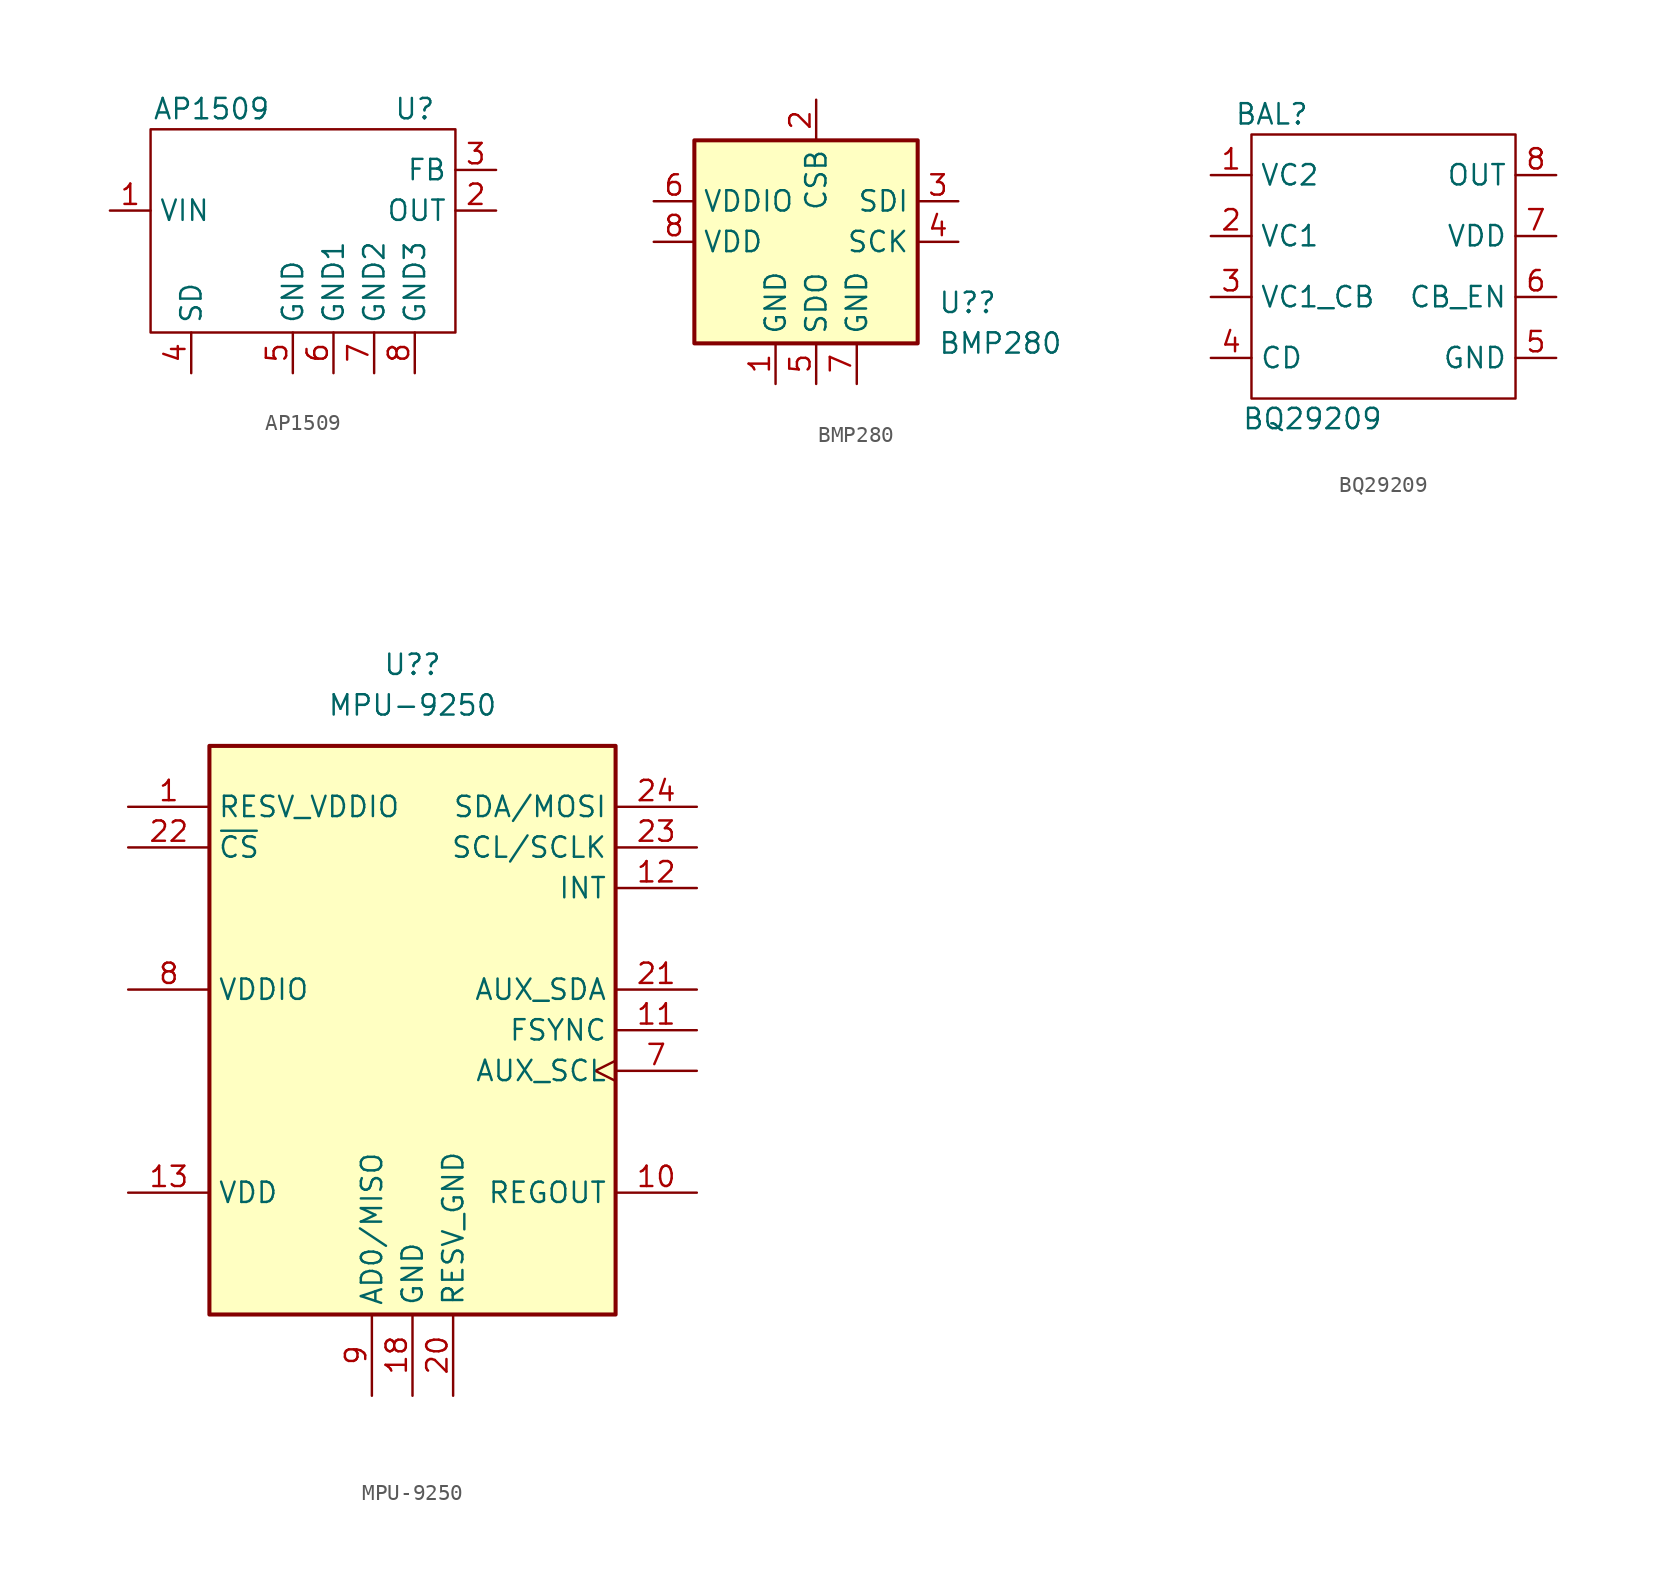
<source format=kicad_sym>
(kicad_symbol_lib
  (version 20211014)
  (generator kicad_symbol_editor)
  (symbol "AP1509"
    (property "Reference" "U"
      (at 16.51 2.54 0)
      (effects (font (size 1.27 1.27))))
    (property "Value" "AP1509"
      (at 3.81 2.54 0)
      (effects (font (size 1.27 1.27))))
    (symbol "AP1509_0_1"
      (rectangle (start 19.05 -11.43) (end 0 1.27) (stroke (width 0) (type default) (color 0 0 0 0)) (fill (type none))))
    (symbol "AP1509_1_1"
      (pin unspecified line (at -2.54 -3.81 0) (length 2.54) (name "VIN" (effects (font (size 1.27 1.27)))) (number "1" (effects (font (size 1.27 1.27)))))
      (pin unspecified line (at 21.59 -3.81 180) (length 2.54) (name "OUT" (effects (font (size 1.27 1.27)))) (number "2" (effects (font (size 1.27 1.27)))))
      (pin unspecified line (at 21.59 -1.27 180) (length 2.54) (name "FB" (effects (font (size 1.27 1.27)))) (number "3" (effects (font (size 1.27 1.27)))))
      (pin unspecified line (at 2.54 -13.97 90) (length 2.54) (name "SD" (effects (font (size 1.27 1.27)))) (number "4" (effects (font (size 1.27 1.27)))))
      (pin unspecified line (at 8.89 -13.97 90) (length 2.54) (name "GND" (effects (font (size 1.27 1.27)))) (number "5" (effects (font (size 1.27 1.27)))))
      (pin unspecified line (at 11.43 -13.97 90) (length 2.54) (name "GND1" (effects (font (size 1.27 1.27)))) (number "6" (effects (font (size 1.27 1.27)))))
      (pin unspecified line (at 13.97 -13.97 90) (length 2.54) (name "GND2" (effects (font (size 1.27 1.27)))) (number "7" (effects (font (size 1.27 1.27)))))
      (pin unspecified line (at 16.51 -13.97 90) (length 2.54) (name "GND3" (effects (font (size 1.27 1.27)))) (number "8" (effects (font (size 1.27 1.27)))))))
  (symbol "BMP280"
    (property "Reference" "U?"
      (at 7.62 -2.54 0)
      (effects (font (size 1.27 1.27)) (justify left)))
    (property "Value" "BMP280"
      (at 7.62 -5.08 0)
      (effects (font (size 1.27 1.27)) (justify left)))
    (symbol "BMP280_0_1"
      (rectangle (start -7.62 7.62) (end 6.35 -5.08) (stroke (width 0.254) (type default) (color 0 0 0 0)) (fill (type background))))
    (symbol "BMP280_1_1"
      (pin power_in line (at -2.54 -7.62 90) (length 2.54) (name "GND" (effects (font (size 1.27 1.27)))) (number "1" (effects (font (size 1.27 1.27)))))
      (pin input line (at 0 10.16 270) (length 2.54) (name "CSB" (effects (font (size 1.27 1.27)))) (number "2" (effects (font (size 1.27 1.27)))))
      (pin bidirectional line (at 8.89 3.81 180) (length 2.54) (name "SDI" (effects (font (size 1.27 1.27)))) (number "3" (effects (font (size 1.27 1.27)))))
      (pin input line (at 8.89 1.27 180) (length 2.54) (name "SCK" (effects (font (size 1.27 1.27)))) (number "4" (effects (font (size 1.27 1.27)))))
      (pin bidirectional line (at 0 -7.62 90) (length 2.54) (name "SDO" (effects (font (size 1.27 1.27)))) (number "5" (effects (font (size 1.27 1.27)))))
      (pin power_in line (at -10.16 3.81 0) (length 2.54) (name "VDDIO" (effects (font (size 1.27 1.27)))) (number "6" (effects (font (size 1.27 1.27)))))
      (pin power_in line (at 2.54 -7.62 90) (length 2.54) (name "GND" (effects (font (size 1.27 1.27)))) (number "7" (effects (font (size 1.27 1.27)))))
      (pin power_in line (at -10.16 1.27 0) (length 2.54) (name "VDD" (effects (font (size 1.27 1.27)))) (number "8" (effects (font (size 1.27 1.27)))))))
  (symbol "BQ29209"
    (property "Reference" "BAL"
      (at 1.27 0 0)
      (effects (font (size 1.27 1.27))))
    (property "Value" "BQ29209"
      (at 3.81 -19.05 0)
      (effects (font (size 1.27 1.27))))
    (symbol "BQ29209_0_1"
      (rectangle (start 0 -1.27) (end 16.51 -17.78) (stroke (width 0) (type default) (color 0 0 0 0)) (fill (type none))))
    (symbol "BQ29209_1_1"
      (pin unspecified line (at -2.54 -3.81 0) (length 2.54) (name "VC2" (effects (font (size 1.27 1.27)))) (number "1" (effects (font (size 1.27 1.27)))))
      (pin unspecified line (at -2.54 -7.62 0) (length 2.54) (name "VC1" (effects (font (size 1.27 1.27)))) (number "2" (effects (font (size 1.27 1.27)))))
      (pin unspecified line (at -2.54 -11.43 0) (length 2.54) (name "VC1_CB" (effects (font (size 1.27 1.27)))) (number "3" (effects (font (size 1.27 1.27)))))
      (pin unspecified line (at -2.54 -15.24 0) (length 2.54) (name "CD" (effects (font (size 1.27 1.27)))) (number "4" (effects (font (size 1.27 1.27)))))
      (pin unspecified line (at 19.05 -15.24 180) (length 2.54) (name "GND" (effects (font (size 1.27 1.27)))) (number "5" (effects (font (size 1.27 1.27)))))
      (pin unspecified line (at 19.05 -11.43 180) (length 2.54) (name "CB_EN" (effects (font (size 1.27 1.27)))) (number "6" (effects (font (size 1.27 1.27)))))
      (pin unspecified line (at 19.05 -7.62 180) (length 2.54) (name "VDD" (effects (font (size 1.27 1.27)))) (number "7" (effects (font (size 1.27 1.27)))))
      (pin unspecified line (at 19.05 -3.81 180) (length 2.54) (name "OUT" (effects (font (size 1.27 1.27)))) (number "8" (effects (font (size 1.27 1.27)))))))
  (symbol "MPU-9250"
    (property "Reference" "U?"
      (at 0 22.86 0)
      (effects (font (size 1.27 1.27))))
    (property "Value" "MPU-9250"
      (at 0 20.32 0)
      (effects (font (size 1.27 1.27))))
    (symbol "MPU-9250_0_1"
      (rectangle (start -12.7 17.78) (end 12.7 -17.78) (stroke (width 0.254) (type default) (color 0 0 0 0)) (fill (type background))))
    (symbol "MPU-9250_1_1"
      (pin input line (at -17.78 13.97 0) (length 5.08) (name "RESV_VDDIO" (effects (font (size 1.27 1.27)))) (number "1" (effects (font (size 1.27 1.27)))))
      (pin passive line (at 17.78 -10.16 180) (length 5.08) (name "REGOUT" (effects (font (size 1.27 1.27)))) (number "10" (effects (font (size 1.27 1.27)))))
      (pin input line (at 17.78 0 180) (length 5.08) (name "FSYNC" (effects (font (size 1.27 1.27)))) (number "11" (effects (font (size 1.27 1.27)))))
      (pin output line (at 17.78 8.89 180) (length 5.08) (name "INT" (effects (font (size 1.27 1.27)))) (number "12" (effects (font (size 1.27 1.27)))))
      (pin power_in line (at -17.78 -10.16 0) (length 5.08) (name "VDD" (effects (font (size 1.27 1.27)))) (number "13" (effects (font (size 1.27 1.27)))))
      (pin power_in line (at 0 -22.86 90) (length 5.08) (name "GND" (effects (font (size 1.27 1.27)))) (number "18" (effects (font (size 1.27 1.27)))))
      (pin power_in line (at 2.54 -22.86 90) (length 5.08) (name "RESV_GND" (effects (font (size 1.27 1.27)))) (number "20" (effects (font (size 1.27 1.27)))))
      (pin bidirectional line (at 17.78 2.54 180) (length 5.08) (name "AUX_SDA" (effects (font (size 1.27 1.27)))) (number "21" (effects (font (size 1.27 1.27)))))
      (pin input line (at -17.78 11.43 0) (length 5.08) (name "~{CS}" (effects (font (size 1.27 1.27)))) (number "22" (effects (font (size 1.27 1.27)))))
      (pin input line (at 17.78 11.43 180) (length 5.08) (name "SCL/SCLK" (effects (font (size 1.27 1.27)))) (number "23" (effects (font (size 1.27 1.27)))))
      (pin bidirectional line (at 17.78 13.97 180) (length 5.08) (name "SDA/MOSI" (effects (font (size 1.27 1.27)))) (number "24" (effects (font (size 1.27 1.27)))))
      (pin output clock (at 17.78 -2.54 180) (length 5.08) (name "AUX_SCL" (effects (font (size 1.27 1.27)))) (number "7" (effects (font (size 1.27 1.27)))))
      (pin power_in line (at -17.78 2.54 0) (length 5.08) (name "VDDIO" (effects (font (size 1.27 1.27)))) (number "8" (effects (font (size 1.27 1.27)))))
      (pin bidirectional line (at -2.54 -22.86 90) (length 5.08) (name "AD0/MISO" (effects (font (size 1.27 1.27)))) (number "9" (effects (font (size 1.27 1.27))))))))
</source>
